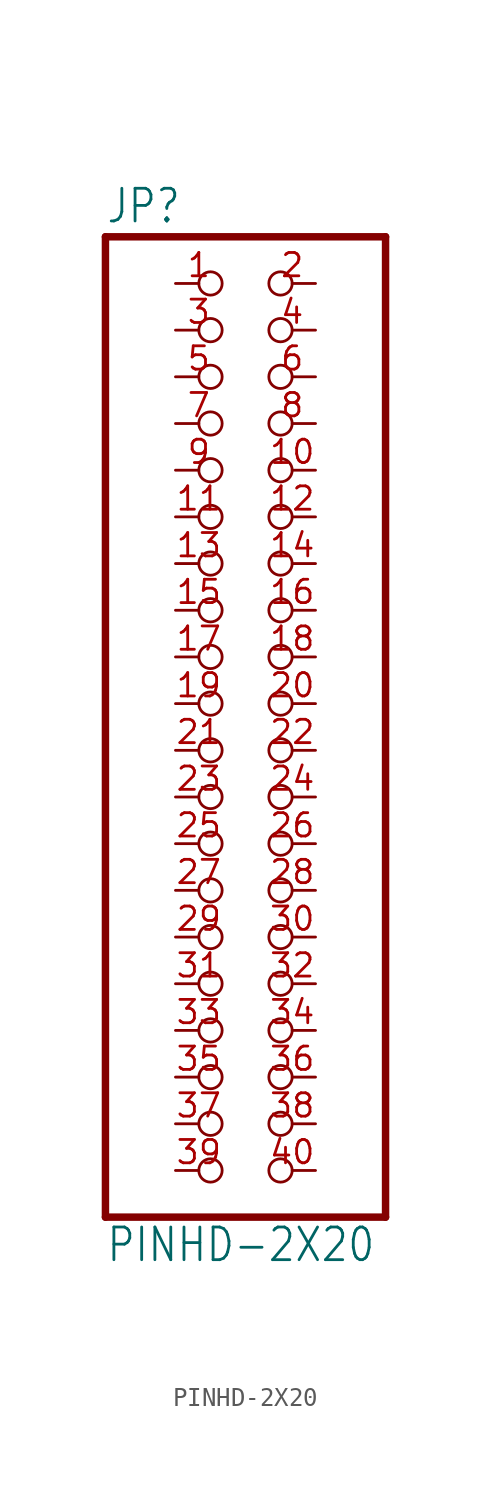
<source format=kicad_sym>
(kicad_symbol_lib
  (version 20211014)
  (generator kicad_symbol_editor)
  (symbol "PINHD-2X20"
    (property "Reference" "JP"
      (at -6.35 26.035 0)
      (effects (font (size 1.778 1.511)) (justify left bottom)))
    (property "Value" "PINHD-2X20"
      (at -6.35 -30.48 0)
      (effects (font (size 1.778 1.511)) (justify left bottom)))
    (property "ki_locked" ""
      (at 0 0 0)
      (effects (font (size 1.27 1.27))))
    (symbol "PINHD-2X20_1_0"
      (polyline (pts (xy -6.35 -27.94) (xy 8.89 -27.94)) (stroke (width 0.406) (type default) (color 0 0 0 0)) (fill (type none)))
      (polyline (pts (xy -6.35 25.4) (xy -6.35 -27.94)) (stroke (width 0.406) (type default) (color 0 0 0 0)) (fill (type none)))
      (polyline (pts (xy 8.89 -27.94) (xy 8.89 25.4)) (stroke (width 0.406) (type default) (color 0 0 0 0)) (fill (type none)))
      (polyline (pts (xy 8.89 25.4) (xy -6.35 25.4)) (stroke (width 0.406) (type default) (color 0 0 0 0)) (fill (type none)))
      (pin passive inverted (at -2.54 22.86 0) (length 2.54) (name "1" (effects (font (size 0 0)))) (number "1" (effects (font (size 1.27 1.27)))))
      (pin passive inverted (at 5.08 12.7 180) (length 2.54) (name "10" (effects (font (size 0 0)))) (number "10" (effects (font (size 1.27 1.27)))))
      (pin passive inverted (at -2.54 10.16 0) (length 2.54) (name "11" (effects (font (size 0 0)))) (number "11" (effects (font (size 1.27 1.27)))))
      (pin passive inverted (at 5.08 10.16 180) (length 2.54) (name "12" (effects (font (size 0 0)))) (number "12" (effects (font (size 1.27 1.27)))))
      (pin passive inverted (at -2.54 7.62 0) (length 2.54) (name "13" (effects (font (size 0 0)))) (number "13" (effects (font (size 1.27 1.27)))))
      (pin passive inverted (at 5.08 7.62 180) (length 2.54) (name "14" (effects (font (size 0 0)))) (number "14" (effects (font (size 1.27 1.27)))))
      (pin passive inverted (at -2.54 5.08 0) (length 2.54) (name "15" (effects (font (size 0 0)))) (number "15" (effects (font (size 1.27 1.27)))))
      (pin passive inverted (at 5.08 5.08 180) (length 2.54) (name "16" (effects (font (size 0 0)))) (number "16" (effects (font (size 1.27 1.27)))))
      (pin passive inverted (at -2.54 2.54 0) (length 2.54) (name "17" (effects (font (size 0 0)))) (number "17" (effects (font (size 1.27 1.27)))))
      (pin passive inverted (at 5.08 2.54 180) (length 2.54) (name "18" (effects (font (size 0 0)))) (number "18" (effects (font (size 1.27 1.27)))))
      (pin passive inverted (at -2.54 0 0) (length 2.54) (name "19" (effects (font (size 0 0)))) (number "19" (effects (font (size 1.27 1.27)))))
      (pin passive inverted (at 5.08 22.86 180) (length 2.54) (name "2" (effects (font (size 0 0)))) (number "2" (effects (font (size 1.27 1.27)))))
      (pin passive inverted (at 5.08 0 180) (length 2.54) (name "20" (effects (font (size 0 0)))) (number "20" (effects (font (size 1.27 1.27)))))
      (pin passive inverted (at -2.54 -2.54 0) (length 2.54) (name "21" (effects (font (size 0 0)))) (number "21" (effects (font (size 1.27 1.27)))))
      (pin passive inverted (at 5.08 -2.54 180) (length 2.54) (name "22" (effects (font (size 0 0)))) (number "22" (effects (font (size 1.27 1.27)))))
      (pin passive inverted (at -2.54 -5.08 0) (length 2.54) (name "23" (effects (font (size 0 0)))) (number "23" (effects (font (size 1.27 1.27)))))
      (pin passive inverted (at 5.08 -5.08 180) (length 2.54) (name "24" (effects (font (size 0 0)))) (number "24" (effects (font (size 1.27 1.27)))))
      (pin passive inverted (at -2.54 -7.62 0) (length 2.54) (name "25" (effects (font (size 0 0)))) (number "25" (effects (font (size 1.27 1.27)))))
      (pin passive inverted (at 5.08 -7.62 180) (length 2.54) (name "26" (effects (font (size 0 0)))) (number "26" (effects (font (size 1.27 1.27)))))
      (pin passive inverted (at -2.54 -10.16 0) (length 2.54) (name "27" (effects (font (size 0 0)))) (number "27" (effects (font (size 1.27 1.27)))))
      (pin passive inverted (at 5.08 -10.16 180) (length 2.54) (name "28" (effects (font (size 0 0)))) (number "28" (effects (font (size 1.27 1.27)))))
      (pin passive inverted (at -2.54 -12.7 0) (length 2.54) (name "29" (effects (font (size 0 0)))) (number "29" (effects (font (size 1.27 1.27)))))
      (pin passive inverted (at -2.54 20.32 0) (length 2.54) (name "3" (effects (font (size 0 0)))) (number "3" (effects (font (size 1.27 1.27)))))
      (pin passive inverted (at 5.08 -12.7 180) (length 2.54) (name "30" (effects (font (size 0 0)))) (number "30" (effects (font (size 1.27 1.27)))))
      (pin passive inverted (at -2.54 -15.24 0) (length 2.54) (name "31" (effects (font (size 0 0)))) (number "31" (effects (font (size 1.27 1.27)))))
      (pin passive inverted (at 5.08 -15.24 180) (length 2.54) (name "32" (effects (font (size 0 0)))) (number "32" (effects (font (size 1.27 1.27)))))
      (pin passive inverted (at -2.54 -17.78 0) (length 2.54) (name "33" (effects (font (size 0 0)))) (number "33" (effects (font (size 1.27 1.27)))))
      (pin passive inverted (at 5.08 -17.78 180) (length 2.54) (name "34" (effects (font (size 0 0)))) (number "34" (effects (font (size 1.27 1.27)))))
      (pin passive inverted (at -2.54 -20.32 0) (length 2.54) (name "35" (effects (font (size 0 0)))) (number "35" (effects (font (size 1.27 1.27)))))
      (pin passive inverted (at 5.08 -20.32 180) (length 2.54) (name "36" (effects (font (size 0 0)))) (number "36" (effects (font (size 1.27 1.27)))))
      (pin passive inverted (at -2.54 -22.86 0) (length 2.54) (name "37" (effects (font (size 0 0)))) (number "37" (effects (font (size 1.27 1.27)))))
      (pin passive inverted (at 5.08 -22.86 180) (length 2.54) (name "38" (effects (font (size 0 0)))) (number "38" (effects (font (size 1.27 1.27)))))
      (pin passive inverted (at -2.54 -25.4 0) (length 2.54) (name "39" (effects (font (size 0 0)))) (number "39" (effects (font (size 1.27 1.27)))))
      (pin passive inverted (at 5.08 20.32 180) (length 2.54) (name "4" (effects (font (size 0 0)))) (number "4" (effects (font (size 1.27 1.27)))))
      (pin passive inverted (at 5.08 -25.4 180) (length 2.54) (name "40" (effects (font (size 0 0)))) (number "40" (effects (font (size 1.27 1.27)))))
      (pin passive inverted (at -2.54 17.78 0) (length 2.54) (name "5" (effects (font (size 0 0)))) (number "5" (effects (font (size 1.27 1.27)))))
      (pin passive inverted (at 5.08 17.78 180) (length 2.54) (name "6" (effects (font (size 0 0)))) (number "6" (effects (font (size 1.27 1.27)))))
      (pin passive inverted (at -2.54 15.24 0) (length 2.54) (name "7" (effects (font (size 0 0)))) (number "7" (effects (font (size 1.27 1.27)))))
      (pin passive inverted (at 5.08 15.24 180) (length 2.54) (name "8" (effects (font (size 0 0)))) (number "8" (effects (font (size 1.27 1.27)))))
      (pin passive inverted (at -2.54 12.7 0) (length 2.54) (name "9" (effects (font (size 0 0)))) (number "9" (effects (font (size 1.27 1.27))))))))
</source>
